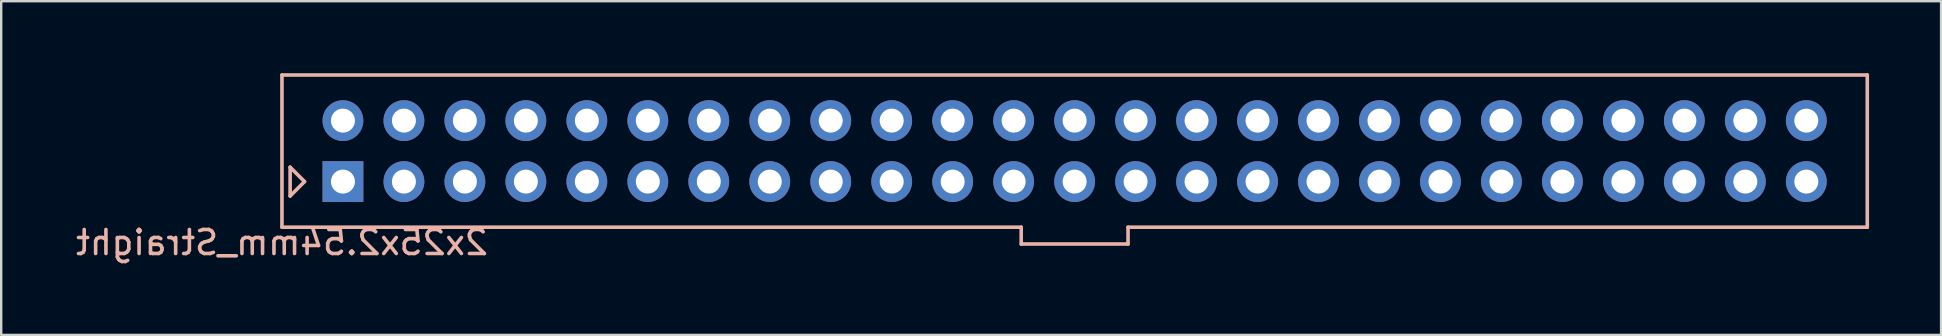
<source format=kicad_pcb>
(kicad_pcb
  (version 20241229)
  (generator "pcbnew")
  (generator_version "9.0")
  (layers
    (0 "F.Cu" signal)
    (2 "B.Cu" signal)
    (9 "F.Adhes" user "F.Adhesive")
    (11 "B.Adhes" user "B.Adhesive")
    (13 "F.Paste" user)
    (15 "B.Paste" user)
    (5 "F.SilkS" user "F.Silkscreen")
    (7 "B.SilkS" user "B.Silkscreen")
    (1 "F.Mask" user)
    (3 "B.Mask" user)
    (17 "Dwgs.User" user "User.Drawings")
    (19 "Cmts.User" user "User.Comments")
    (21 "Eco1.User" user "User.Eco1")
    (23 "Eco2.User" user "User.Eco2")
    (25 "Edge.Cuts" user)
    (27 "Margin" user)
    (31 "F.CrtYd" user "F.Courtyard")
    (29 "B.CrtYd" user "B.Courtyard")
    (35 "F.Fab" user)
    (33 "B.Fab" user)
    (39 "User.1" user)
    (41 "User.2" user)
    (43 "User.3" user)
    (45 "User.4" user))
  (footprint "2x25x2.54mm_Straight"
    (layer "F.Cu")
    (at 11.236 4.515)
    (property "Reference" "2x25x2.54mm_Straight" (at -2.54 2.54 0) (layer "B.SilkS") (effects (font (size 1 1) (thickness 0.15)) (justify mirror)))
    (attr through_hole)
    (fp_line (start -2.54 -4.44) (end 63.5 -4.44) (stroke (width 0.15) (type solid)) (layer "B.SilkS"))
    (fp_line (start -2.54 1.9) (end -2.54 -4.44) (stroke (width 0.15) (type solid)) (layer "B.SilkS"))
    (fp_line (start -2.2 -0.6) (end -1.6 0) (stroke (width 0.15) (type solid)) (layer "B.SilkS"))
    (fp_line (start -2.2 0.6) (end -2.2 -0.6) (stroke (width 0.15) (type solid)) (layer "B.SilkS"))
    (fp_line (start -1.6 0) (end -2.2 0.6) (stroke (width 0.15) (type solid)) (layer "B.SilkS"))
    (fp_line (start 28.255 1.9) (end -2.54 1.9) (stroke (width 0.15) (type solid)) (layer "B.SilkS"))
    (fp_line (start 28.255 2.6) (end 28.255 1.9) (stroke (width 0.15) (type solid)) (layer "B.SilkS"))
    (fp_line (start 28.255 2.6) (end 32.705 2.6) (stroke (width 0.15) (type solid)) (layer "B.SilkS"))
    (fp_line (start 32.705 1.9) (end 32.705 2.6) (stroke (width 0.15) (type solid)) (layer "B.SilkS"))
    (fp_line (start 63.5 -4.44) (end 63.5 1.9) (stroke (width 0.15) (type solid)) (layer "B.SilkS"))
    (fp_line (start 63.5 1.9) (end 32.705 1.9) (stroke (width 0.15) (type solid)) (layer "B.SilkS"))
    (pad "1" thru_hole rect (at 0 0) (size 1.7 1.7) (drill 1) (layers "*.Cu" "*.Mask"))
    (pad "2" thru_hole circle (at 0 -2.54) (size 1.7 1.7) (drill 1) (layers "*.Cu" "*.Mask"))
    (pad "3" thru_hole circle (at 2.54 0) (size 1.7 1.7) (drill 1) (layers "*.Cu" "*.Mask"))
    (pad "4" thru_hole circle (at 2.54 -2.54) (size 1.7 1.7) (drill 1) (layers "*.Cu" "*.Mask"))
    (pad "5" thru_hole circle (at 5.08 0) (size 1.7 1.7) (drill 1) (layers "*.Cu" "*.Mask"))
    (pad "6" thru_hole circle (at 5.08 -2.54) (size 1.7 1.7) (drill 1) (layers "*.Cu" "*.Mask"))
    (pad "7" thru_hole circle (at 7.62 0) (size 1.7 1.7) (drill 1) (layers "*.Cu" "*.Mask"))
    (pad "8" thru_hole circle (at 7.62 -2.54) (size 1.7 1.7) (drill 1) (layers "*.Cu" "*.Mask"))
    (pad "9" thru_hole circle (at 10.16 0) (size 1.7 1.7) (drill 1) (layers "*.Cu" "*.Mask"))
    (pad "10" thru_hole circle (at 10.16 -2.54) (size 1.7 1.7) (drill 1) (layers "*.Cu" "*.Mask"))
    (pad "11" thru_hole circle (at 12.7 0) (size 1.7 1.7) (drill 1) (layers "*.Cu" "*.Mask"))
    (pad "12" thru_hole circle (at 12.7 -2.54) (size 1.7 1.7) (drill 1) (layers "*.Cu" "*.Mask"))
    (pad "13" thru_hole circle (at 15.24 0) (size 1.7 1.7) (drill 1) (layers "*.Cu" "*.Mask"))
    (pad "14" thru_hole circle (at 15.24 -2.54) (size 1.7 1.7) (drill 1) (layers "*.Cu" "*.Mask"))
    (pad "15" thru_hole circle (at 17.78 0) (size 1.7 1.7) (drill 1) (layers "*.Cu" "*.Mask"))
    (pad "16" thru_hole circle (at 17.78 -2.54) (size 1.7 1.7) (drill 1) (layers "*.Cu" "*.Mask"))
    (pad "17" thru_hole circle (at 20.32 0) (size 1.7 1.7) (drill 1) (layers "*.Cu" "*.Mask"))
    (pad "18" thru_hole circle (at 20.32 -2.54) (size 1.7 1.7) (drill 1) (layers "*.Cu" "*.Mask"))
    (pad "19" thru_hole circle (at 22.86 0) (size 1.7 1.7) (drill 1) (layers "*.Cu" "*.Mask"))
    (pad "20" thru_hole circle (at 22.86 -2.54) (size 1.7 1.7) (drill 1) (layers "*.Cu" "*.Mask"))
    (pad "21" thru_hole circle (at 25.4 0) (size 1.7 1.7) (drill 1) (layers "*.Cu" "*.Mask"))
    (pad "22" thru_hole circle (at 25.4 -2.54) (size 1.7 1.7) (drill 1) (layers "*.Cu" "*.Mask"))
    (pad "23" thru_hole circle (at 27.94 0) (size 1.7 1.7) (drill 1) (layers "*.Cu" "*.Mask"))
    (pad "24" thru_hole circle (at 27.94 -2.54) (size 1.7 1.7) (drill 1) (layers "*.Cu" "*.Mask"))
    (pad "25" thru_hole circle (at 30.48 0) (size 1.7 1.7) (drill 1) (layers "*.Cu" "*.Mask"))
    (pad "26" thru_hole circle (at 30.48 -2.54) (size 1.7 1.7) (drill 1) (layers "*.Cu" "*.Mask"))
    (pad "27" thru_hole circle (at 33.02 0) (size 1.7 1.7) (drill 1) (layers "*.Cu" "*.Mask"))
    (pad "28" thru_hole circle (at 33.02 -2.54) (size 1.7 1.7) (drill 1) (layers "*.Cu" "*.Mask"))
    (pad "29" thru_hole circle (at 35.56 0) (size 1.7 1.7) (drill 1) (layers "*.Cu" "*.Mask"))
    (pad "30" thru_hole circle (at 35.56 -2.54) (size 1.7 1.7) (drill 1) (layers "*.Cu" "*.Mask"))
    (pad "31" thru_hole circle (at 38.1 0) (size 1.7 1.7) (drill 1) (layers "*.Cu" "*.Mask"))
    (pad "32" thru_hole circle (at 38.1 -2.54) (size 1.7 1.7) (drill 1) (layers "*.Cu" "*.Mask"))
    (pad "33" thru_hole circle (at 40.64 0) (size 1.7 1.7) (drill 1) (layers "*.Cu" "*.Mask"))
    (pad "34" thru_hole circle (at 40.64 -2.54) (size 1.7 1.7) (drill 1) (layers "*.Cu" "*.Mask"))
    (pad "35" thru_hole circle (at 43.18 0) (size 1.7 1.7) (drill 1) (layers "*.Cu" "*.Mask"))
    (pad "36" thru_hole circle (at 43.18 -2.54) (size 1.7 1.7) (drill 1) (layers "*.Cu" "*.Mask"))
    (pad "37" thru_hole circle (at 45.72 0) (size 1.7 1.7) (drill 1) (layers "*.Cu" "*.Mask"))
    (pad "38" thru_hole circle (at 45.72 -2.54) (size 1.7 1.7) (drill 1) (layers "*.Cu" "*.Mask"))
    (pad "39" thru_hole circle (at 48.26 0) (size 1.7 1.7) (drill 1) (layers "*.Cu" "*.Mask"))
    (pad "40" thru_hole circle (at 48.26 -2.54) (size 1.7 1.7) (drill 1) (layers "*.Cu" "*.Mask"))
    (pad "41" thru_hole circle (at 50.8 0) (size 1.7 1.7) (drill 1) (layers "*.Cu" "*.Mask"))
    (pad "42" thru_hole circle (at 50.8 -2.54) (size 1.7 1.7) (drill 1) (layers "*.Cu" "*.Mask"))
    (pad "43" thru_hole circle (at 53.34 0) (size 1.7 1.7) (drill 1) (layers "*.Cu" "*.Mask"))
    (pad "44" thru_hole circle (at 53.34 -2.54) (size 1.7 1.7) (drill 1) (layers "*.Cu" "*.Mask"))
    (pad "45" thru_hole circle (at 55.88 0) (size 1.7 1.7) (drill 1) (layers "*.Cu" "*.Mask"))
    (pad "46" thru_hole circle (at 55.88 -2.54) (size 1.7 1.7) (drill 1) (layers "*.Cu" "*.Mask"))
    (pad "47" thru_hole circle (at 58.42 0) (size 1.7 1.7) (drill 1) (layers "*.Cu" "*.Mask"))
    (pad "48" thru_hole circle (at 58.42 -2.54) (size 1.7 1.7) (drill 1) (layers "*.Cu" "*.Mask"))
    (pad "49" thru_hole circle (at 60.96 0) (size 1.7 1.7) (drill 1) (layers "*.Cu" "*.Mask"))
    (pad "50" thru_hole circle (at 60.96 -2.54) (size 1.7 1.7) (drill 1) (layers "*.Cu" "*.Mask")))
  (gr_rect
    (start -3 -3)
    (end 77.811 10.903)
    (stroke (width 0.1) (type default))
    (fill no)
    (layer "Edge.Cuts")))
</source>
